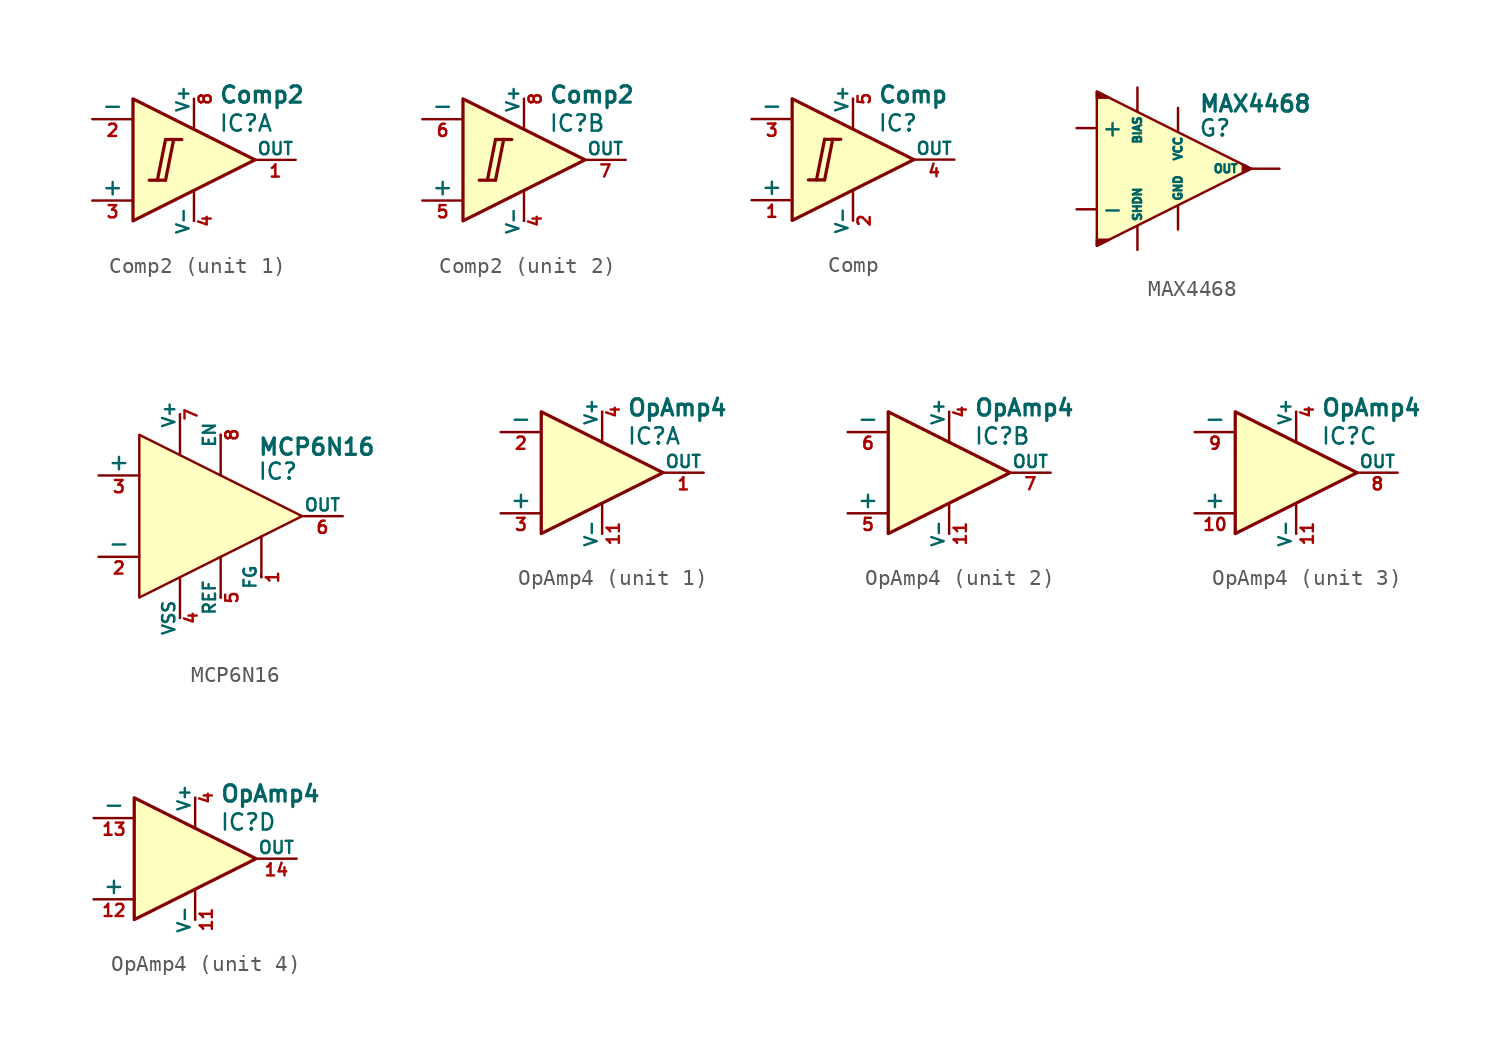
<source format=kicad_sym>
(kicad_symbol_lib
  (version 20231120)
  (generator "kicad_symbol_editor")
  (generator_version "8.0")
  (symbol "Comp2"
    (pin_names
      (offset 0))
    (property "Reference" "IC"
      (at 1.524 2.286 0)
      (effects (font (size 1.016 1.016)) (justify left)))
    (property "Value" "Comp2"
      (at 1.524 4.064 0)
      (effects (font (size 1.016 1.016) (bold yes)) (justify left)))
    (symbol "Comp2_0_0"
      (pin power_in line (at 0 -3.81 90) (length 0) (name "V-" (effects (font (size 0.762 0.762)))) (number "4" (effects (font (size 0.762 0.762)))))
      (pin power_in line (at 0 3.81 270) (length 0) (name "V+" (effects (font (size 0.762 0.762)))) (number "8" (effects (font (size 0.762 0.762))))))
    (symbol "Comp2_0_1"
      (polyline (pts (xy 0 -3.81) (xy 0 -1.905)) (stroke (width 0) (type solid)) (fill (type none)))
      (polyline (pts (xy 0 1.905) (xy 0 3.81)) (stroke (width 0) (type solid)) (fill (type none)))
      (polyline (pts (xy -3.81 -3.81) (xy -3.81 3.81) (xy 3.81 0) (xy -3.81 -3.81)) (stroke (width 0.203) (type solid)) (fill (type background))))
    (symbol "Comp2_1_1"
      (polyline (pts (xy -2.286 -1.27) (xy -1.778 1.27)) (stroke (width 0.203) (type default)) (fill (type none)))
      (polyline (pts (xy -1.778 -1.27) (xy -2.794 -1.27)) (stroke (width 0.203) (type default)) (fill (type none)))
      (polyline (pts (xy -1.778 -1.27) (xy -1.27 1.27)) (stroke (width 0.203) (type default)) (fill (type none)))
      (polyline (pts (xy -1.778 1.27) (xy -0.762 1.27)) (stroke (width 0.203) (type default)) (fill (type none)))
      (pin output line (at 6.35 0 180) (length 2.54) (name "OUT" (effects (font (size 0.762 0.762)))) (number "1" (effects (font (size 0.762 0.762)))))
      (pin input line (at -6.35 2.54 0) (length 2.54) (name "-" (effects (font (size 1.016 1.016)))) (number "2" (effects (font (size 0.762 0.762)))))
      (pin input line (at -6.35 -2.54 0) (length 2.54) (name "+" (effects (font (size 1.016 1.016)))) (number "3" (effects (font (size 0.762 0.762))))))
    (symbol "Comp2_2_1"
      (polyline (pts (xy -2.286 -1.27) (xy -1.778 1.27)) (stroke (width 0.203) (type default)) (fill (type none)))
      (polyline (pts (xy -1.778 -1.27) (xy -2.794 -1.27)) (stroke (width 0.203) (type default)) (fill (type none)))
      (polyline (pts (xy -1.778 -1.27) (xy -1.27 1.27)) (stroke (width 0.203) (type default)) (fill (type none)))
      (polyline (pts (xy -1.778 1.27) (xy -0.762 1.27)) (stroke (width 0.203) (type default)) (fill (type none)))
      (pin input line (at -6.35 -2.54 0) (length 2.54) (name "+" (effects (font (size 1.016 1.016)))) (number "5" (effects (font (size 0.762 0.762)))))
      (pin input line (at -6.35 2.54 0) (length 2.54) (name "-" (effects (font (size 1.016 1.016)))) (number "6" (effects (font (size 0.762 0.762)))))
      (pin output line (at 6.35 0 180) (length 2.54) (name "OUT" (effects (font (size 0.762 0.762)))) (number "7" (effects (font (size 0.762 0.762)))))))
  (symbol "Comp"
    (pin_names
      (offset 0))
    (property "Reference" "IC"
      (at 1.524 2.286 0)
      (effects (font (size 1.016 1.016)) (justify left)))
    (property "Value" "Comp"
      (at 1.524 4.064 0)
      (effects (font (size 1.016 1.016) (bold yes)) (justify left)))
    (symbol "Comp_0_0"
      (pin power_in line (at 0 -3.81 90) (length 0) (name "V-" (effects (font (size 0.762 0.762)))) (number "2" (effects (font (size 0.762 0.762)))))
      (pin power_in line (at 0 3.81 270) (length 0) (name "V+" (effects (font (size 0.762 0.762)))) (number "5" (effects (font (size 0.762 0.762))))))
    (symbol "Comp_0_1"
      (polyline (pts (xy 0 -3.81) (xy 0 -1.905)) (stroke (width 0) (type solid)) (fill (type none)))
      (polyline (pts (xy 0 1.905) (xy 0 3.81)) (stroke (width 0) (type solid)) (fill (type none)))
      (polyline (pts (xy -3.81 -3.81) (xy -3.81 3.81) (xy 3.81 0) (xy -3.81 -3.81)) (stroke (width 0.203) (type solid)) (fill (type background))))
    (symbol "Comp_1_1"
      (polyline (pts (xy -2.286 -1.27) (xy -1.778 1.27)) (stroke (width 0.203) (type default)) (fill (type none)))
      (polyline (pts (xy -1.778 -1.27) (xy -2.794 -1.27)) (stroke (width 0.203) (type default)) (fill (type none)))
      (polyline (pts (xy -1.778 -1.27) (xy -1.27 1.27)) (stroke (width 0.203) (type default)) (fill (type none)))
      (polyline (pts (xy -1.778 1.27) (xy -0.762 1.27)) (stroke (width 0.203) (type default)) (fill (type none)))
      (pin input line (at -6.35 -2.54 0) (length 2.54) (name "+" (effects (font (size 1.016 1.016)))) (number "1" (effects (font (size 0.762 0.762)))))
      (pin input line (at -6.35 2.54 0) (length 2.54) (name "-" (effects (font (size 1.016 1.016)))) (number "3" (effects (font (size 0.762 0.762)))))
      (pin output line (at 6.35 0 180) (length 2.54) (name "OUT" (effects (font (size 0.762 0.762)))) (number "4" (effects (font (size 0.762 0.762)))))))
  (symbol "MAX4468"
    (pin_numbers hide)
    (pin_names
      (offset 0.254))
    (property "Reference" "G"
      (at 2.54 2.54 0)
      (effects (font (size 1.016 1.016)) (justify left)))
    (property "Value" "MAX4468"
      (at 2.54 4.064 0)
      (effects (font (size 1.016 1.016) (bold yes)) (justify left)))
    (symbol "MAX4468_0_1"
      (polyline (pts (xy -3.81 -4.826) (xy -3.81 -4.445) (xy -3.048 -4.445) (xy -3.81 -4.826)) (stroke (width 0) (type solid)) (fill (type outline)))
      (polyline (pts (xy -3.81 4.445) (xy -3.048 4.445) (xy -3.81 4.826) (xy -3.81 4.445)) (stroke (width 0) (type solid)) (fill (type outline)))
      (polyline (pts (xy 5.334 0.254) (xy 5.334 -0.254) (xy 5.842 0) (xy 5.334 0.254)) (stroke (width 0) (type solid)) (fill (type outline)))
      (polyline (pts (xy 5.842 0) (xy -3.81 4.826) (xy -3.81 -4.826) (xy 5.842 0)) (stroke (width 0) (type solid)) (fill (type background))))
    (symbol "MAX4468_1_1"
      (pin power_in line (at 1.27 -3.81 90) (length 1.473) (name "GND" (effects (font (size 0.508 0.508)))) (number "1" (effects (font (size 0.762 0.762)))))
      (pin input line (at -5.08 2.54 0) (length 1.27) (name "+" (effects (font (size 1.016 1.016)))) (number "2" (effects (font (size 0.762 0.762)))))
      (pin input line (at -5.08 -2.54 0) (length 1.27) (name "-" (effects (font (size 1.016 1.016)))) (number "3" (effects (font (size 0.762 0.762)))))
      (pin power_out line (at -1.27 5.08 270) (length 1.473) (name "BIAS" (effects (font (size 0.508 0.508)))) (number "4" (effects (font (size 0.762 0.762)))))
      (pin input line (at -1.27 -5.08 90) (length 1.473) (name "SHDN" (effects (font (size 0.508 0.508)))) (number "6" (effects (font (size 0.762 0.762)))))
      (pin power_in line (at 1.27 3.81 270) (length 1.473) (name "VCC" (effects (font (size 0.508 0.508)))) (number "7" (effects (font (size 0.762 0.762)))))
      (pin output line (at 7.62 0 180) (length 2.286) (name "OUT" (effects (font (size 0.508 0.508)))) (number "8" (effects (font (size 0.762 0.762)))))))
  (symbol "MCP6N16"
    (pin_names
      (offset 0))
    (property "Reference" "IC"
      (at 3.556 2.794 0)
      (effects (font (size 1.016 1.016)) (justify left)))
    (property "Value" "MCP6N16"
      (at 3.556 4.318 0)
      (effects (font (size 1.016 1.016) (bold yes)) (justify left)))
    (symbol "MCP6N16_0_1"
      (polyline (pts (xy -1.27 -6.35) (xy -1.27 -3.81)) (stroke (width 0) (type solid)) (fill (type none)))
      (polyline (pts (xy -1.27 6.35) (xy -1.27 3.81)) (stroke (width 0) (type solid)) (fill (type none)))
      (polyline (pts (xy 1.27 -5.08) (xy 1.27 -2.54)) (stroke (width 0) (type solid)) (fill (type none)))
      (polyline (pts (xy 1.27 5.08) (xy 1.27 2.54)) (stroke (width 0) (type solid)) (fill (type none)))
      (polyline (pts (xy 3.81 -3.81) (xy 3.81 -1.27)) (stroke (width 0) (type solid)) (fill (type none)))
      (polyline (pts (xy -3.81 5.08) (xy -3.81 -5.08) (xy 6.35 0) (xy -3.81 5.08)) (stroke (width 0) (type solid)) (fill (type background))))
    (symbol "MCP6N16_1_1"
      (pin passive line (at 3.81 -3.81 90) (length 0) (name "FG" (effects (font (size 0.762 0.762)))) (number "1" (effects (font (size 0.762 0.762)))))
      (pin input line (at -6.35 -2.54 0) (length 2.54) (name "-" (effects (font (size 1.016 1.016)))) (number "2" (effects (font (size 0.762 0.762)))))
      (pin input line (at -6.35 2.54 0) (length 2.54) (name "+" (effects (font (size 1.016 1.016)))) (number "3" (effects (font (size 0.762 0.762)))))
      (pin power_in line (at -1.27 -6.35 90) (length 0) (name "VSS" (effects (font (size 0.762 0.762)))) (number "4" (effects (font (size 0.762 0.762)))))
      (pin passive line (at 1.27 -5.08 90) (length 0) (name "REF" (effects (font (size 0.762 0.762)))) (number "5" (effects (font (size 0.762 0.762)))))
      (pin output line (at 8.89 0 180) (length 2.54) (name "OUT" (effects (font (size 0.762 0.762)))) (number "6" (effects (font (size 0.762 0.762)))))
      (pin power_in line (at -1.27 6.35 270) (length 0) (name "V+" (effects (font (size 0.762 0.762)))) (number "7" (effects (font (size 0.762 0.762)))))
      (pin input line (at 1.27 5.08 270) (length 0) (name "EN" (effects (font (size 0.762 0.762)))) (number "8" (effects (font (size 0.762 0.762)))))))
  (symbol "OpAmp4"
    (pin_names
      (offset 0))
    (property "Reference" "IC"
      (at 1.524 2.286 0)
      (effects (font (size 1.016 1.016)) (justify left)))
    (property "Value" "OpAmp4"
      (at 1.524 4.064 0)
      (effects (font (size 1.016 1.016) (bold yes)) (justify left)))
    (symbol "OpAmp4_0_0"
      (pin power_in line (at 0 -3.81 90) (length 0) (name "V-" (effects (font (size 0.762 0.762)))) (number "11" (effects (font (size 0.762 0.762)))))
      (pin power_in line (at 0 3.81 270) (length 0) (name "V+" (effects (font (size 0.762 0.762)))) (number "4" (effects (font (size 0.762 0.762))))))
    (symbol "OpAmp4_0_1"
      (polyline (pts (xy 0 -3.81) (xy 0 -1.905)) (stroke (width 0) (type solid)) (fill (type none)))
      (polyline (pts (xy 0 1.905) (xy 0 3.81)) (stroke (width 0) (type solid)) (fill (type none)))
      (polyline (pts (xy -3.81 -3.81) (xy -3.81 3.81) (xy 3.81 0) (xy -3.81 -3.81)) (stroke (width 0.203) (type solid)) (fill (type background))))
    (symbol "OpAmp4_1_1"
      (pin output line (at 6.35 0 180) (length 2.54) (name "OUT" (effects (font (size 0.762 0.762)))) (number "1" (effects (font (size 0.762 0.762)))))
      (pin input line (at -6.35 2.54 0) (length 2.54) (name "-" (effects (font (size 1.016 1.016)))) (number "2" (effects (font (size 0.762 0.762)))))
      (pin input line (at -6.35 -2.54 0) (length 2.54) (name "+" (effects (font (size 1.016 1.016)))) (number "3" (effects (font (size 0.762 0.762))))))
    (symbol "OpAmp4_2_1"
      (pin input line (at -6.35 -2.54 0) (length 2.54) (name "+" (effects (font (size 1.016 1.016)))) (number "5" (effects (font (size 0.762 0.762)))))
      (pin input line (at -6.35 2.54 0) (length 2.54) (name "-" (effects (font (size 1.016 1.016)))) (number "6" (effects (font (size 0.762 0.762)))))
      (pin output line (at 6.35 0 180) (length 2.54) (name "OUT" (effects (font (size 0.762 0.762)))) (number "7" (effects (font (size 0.762 0.762))))))
    (symbol "OpAmp4_3_1"
      (pin input line (at -6.35 -2.54 0) (length 2.54) (name "+" (effects (font (size 1.016 1.016)))) (number "10" (effects (font (size 0.762 0.762)))))
      (pin output line (at 6.35 0 180) (length 2.54) (name "OUT" (effects (font (size 0.762 0.762)))) (number "8" (effects (font (size 0.762 0.762)))))
      (pin input line (at -6.35 2.54 0) (length 2.54) (name "-" (effects (font (size 1.016 1.016)))) (number "9" (effects (font (size 0.762 0.762))))))
    (symbol "OpAmp4_4_1"
      (pin input line (at -6.35 -2.54 0) (length 2.54) (name "+" (effects (font (size 1.016 1.016)))) (number "12" (effects (font (size 0.762 0.762)))))
      (pin input line (at -6.35 2.54 0) (length 2.54) (name "-" (effects (font (size 1.016 1.016)))) (number "13" (effects (font (size 0.762 0.762)))))
      (pin output line (at 6.35 0 180) (length 2.54) (name "OUT" (effects (font (size 0.762 0.762)))) (number "14" (effects (font (size 0.762 0.762))))))))
</source>
